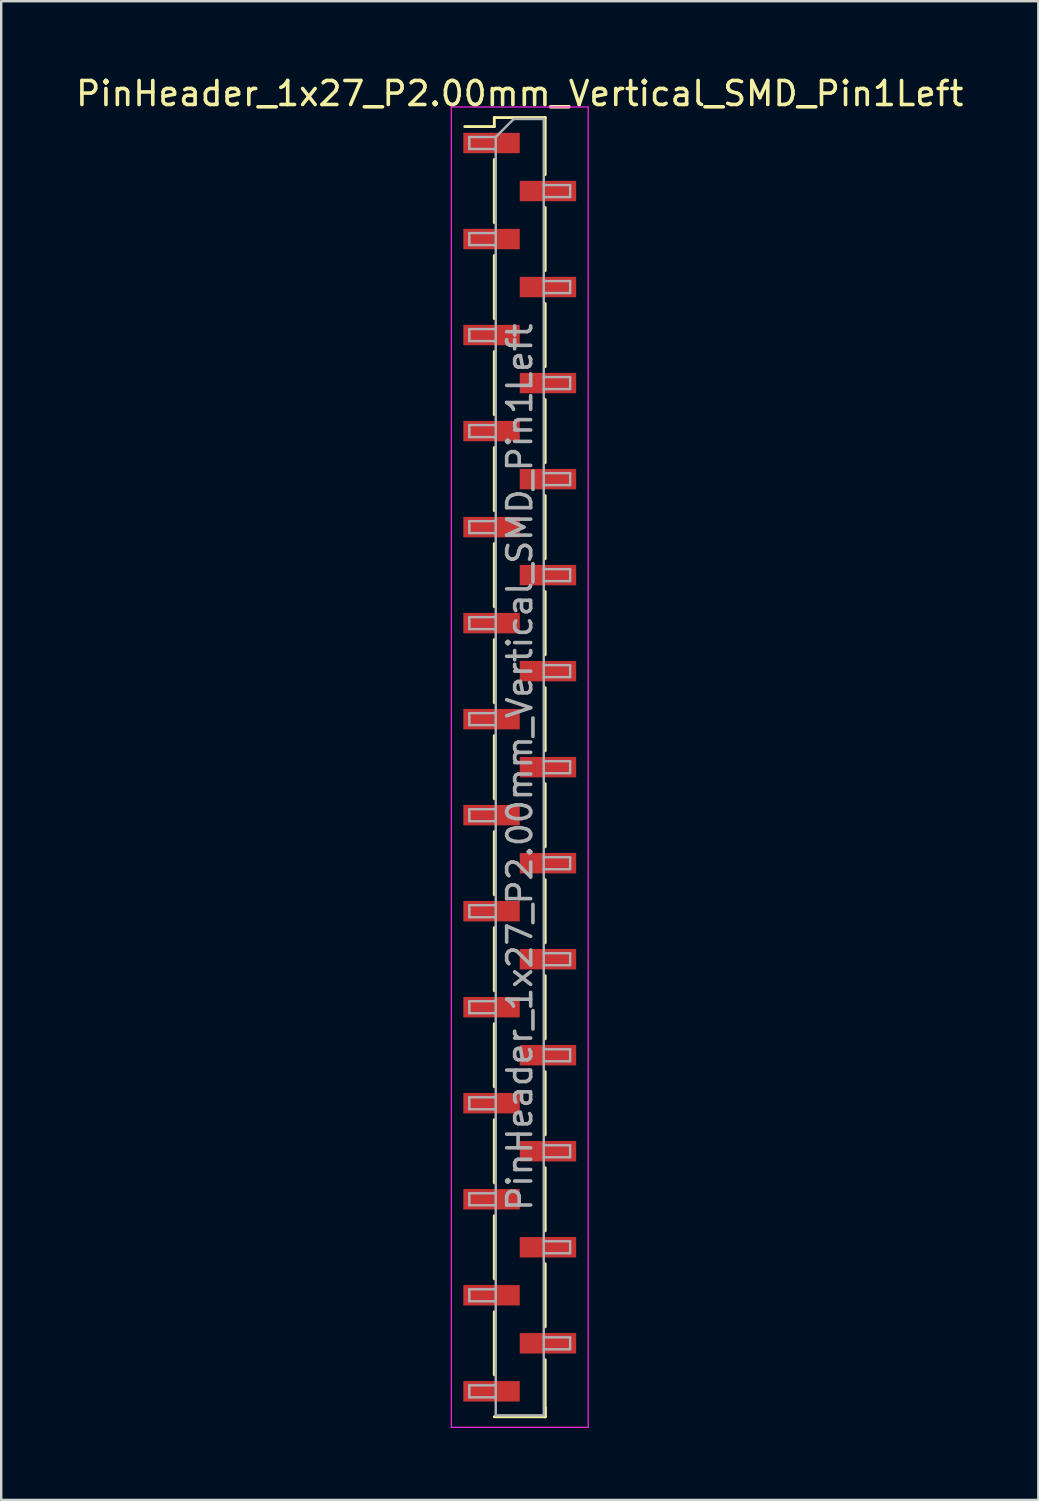
<source format=kicad_pcb>
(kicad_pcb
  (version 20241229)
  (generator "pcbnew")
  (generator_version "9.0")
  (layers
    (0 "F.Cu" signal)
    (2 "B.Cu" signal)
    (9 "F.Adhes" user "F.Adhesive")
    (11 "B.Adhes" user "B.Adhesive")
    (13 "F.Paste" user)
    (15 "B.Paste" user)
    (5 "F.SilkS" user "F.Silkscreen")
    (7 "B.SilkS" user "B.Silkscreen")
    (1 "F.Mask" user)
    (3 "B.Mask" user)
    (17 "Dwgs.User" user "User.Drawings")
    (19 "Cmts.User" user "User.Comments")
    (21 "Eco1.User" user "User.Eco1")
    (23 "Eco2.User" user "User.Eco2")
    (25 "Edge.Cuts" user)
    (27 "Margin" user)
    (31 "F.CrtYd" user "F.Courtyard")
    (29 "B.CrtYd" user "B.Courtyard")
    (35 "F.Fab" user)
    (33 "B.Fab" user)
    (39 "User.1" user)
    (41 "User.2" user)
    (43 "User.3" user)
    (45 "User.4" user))
  (footprint "PinHeader_1x27_P2.00mm_Vertical_SMD_Pin1Left"
    (layer "F.Cu")
    (at 18.601 28.908)
    (property "Reference" "PinHeader_1x27_P2.00mm_Vertical_SMD_Pin1Left" (at 0 -28.06 0) (layer "F.SilkS") (effects (font (size 1 1) (thickness 0.15))))
    (attr smd)
    (fp_line (start -1.06 -27.06) (end -1.06 -26.685) (stroke (width 0.12) (type solid)) (layer "F.SilkS"))
    (fp_line (start -1.06 -27.06) (end 1.06 -27.06) (stroke (width 0.12) (type solid)) (layer "F.SilkS"))
    (fp_line (start -1.06 -26.685) (end -2.29 -26.685) (stroke (width 0.12) (type solid)) (layer "F.SilkS"))
    (fp_line (start -1.06 -25.315) (end -1.06 -22.685) (stroke (width 0.12) (type solid)) (layer "F.SilkS"))
    (fp_line (start -1.06 -21.315) (end -1.06 -18.685) (stroke (width 0.12) (type solid)) (layer "F.SilkS"))
    (fp_line (start -1.06 -17.315) (end -1.06 -14.685) (stroke (width 0.12) (type solid)) (layer "F.SilkS"))
    (fp_line (start -1.06 -13.315) (end -1.06 -10.685) (stroke (width 0.12) (type solid)) (layer "F.SilkS"))
    (fp_line (start -1.06 -9.315) (end -1.06 -6.685) (stroke (width 0.12) (type solid)) (layer "F.SilkS"))
    (fp_line (start -1.06 -5.315) (end -1.06 -2.685) (stroke (width 0.12) (type solid)) (layer "F.SilkS"))
    (fp_line (start -1.06 -1.315) (end -1.06 1.315) (stroke (width 0.12) (type solid)) (layer "F.SilkS"))
    (fp_line (start -1.06 2.685) (end -1.06 5.315) (stroke (width 0.12) (type solid)) (layer "F.SilkS"))
    (fp_line (start -1.06 6.685) (end -1.06 9.315) (stroke (width 0.12) (type solid)) (layer "F.SilkS"))
    (fp_line (start -1.06 10.685) (end -1.06 13.315) (stroke (width 0.12) (type solid)) (layer "F.SilkS"))
    (fp_line (start -1.06 14.685) (end -1.06 17.315) (stroke (width 0.12) (type solid)) (layer "F.SilkS"))
    (fp_line (start -1.06 18.685) (end -1.06 21.315) (stroke (width 0.12) (type solid)) (layer "F.SilkS"))
    (fp_line (start -1.06 22.685) (end -1.06 25.315) (stroke (width 0.12) (type solid)) (layer "F.SilkS"))
    (fp_line (start -1.06 27.06) (end 1.06 27.06) (stroke (width 0.12) (type solid)) (layer "F.SilkS"))
    (fp_line (start 1.06 -27.06) (end 1.06 -24.685) (stroke (width 0.12) (type solid)) (layer "F.SilkS"))
    (fp_line (start 1.06 -23.315) (end 1.06 -20.685) (stroke (width 0.12) (type solid)) (layer "F.SilkS"))
    (fp_line (start 1.06 -19.315) (end 1.06 -16.685) (stroke (width 0.12) (type solid)) (layer "F.SilkS"))
    (fp_line (start 1.06 -15.315) (end 1.06 -12.685) (stroke (width 0.12) (type solid)) (layer "F.SilkS"))
    (fp_line (start 1.06 -11.315) (end 1.06 -8.685) (stroke (width 0.12) (type solid)) (layer "F.SilkS"))
    (fp_line (start 1.06 -7.315) (end 1.06 -4.685) (stroke (width 0.12) (type solid)) (layer "F.SilkS"))
    (fp_line (start 1.06 -3.315) (end 1.06 -0.685) (stroke (width 0.12) (type solid)) (layer "F.SilkS"))
    (fp_line (start 1.06 0.685) (end 1.06 3.315) (stroke (width 0.12) (type solid)) (layer "F.SilkS"))
    (fp_line (start 1.06 4.685) (end 1.06 7.315) (stroke (width 0.12) (type solid)) (layer "F.SilkS"))
    (fp_line (start 1.06 8.685) (end 1.06 11.315) (stroke (width 0.12) (type solid)) (layer "F.SilkS"))
    (fp_line (start 1.06 12.685) (end 1.06 15.315) (stroke (width 0.12) (type solid)) (layer "F.SilkS"))
    (fp_line (start 1.06 16.685) (end 1.06 19.315) (stroke (width 0.12) (type solid)) (layer "F.SilkS"))
    (fp_line (start 1.06 20.685) (end 1.06 23.315) (stroke (width 0.12) (type solid)) (layer "F.SilkS"))
    (fp_line (start 1.06 24.685) (end 1.06 27.06) (stroke (width 0.12) (type solid)) (layer "F.SilkS"))
    (fp_line (start 1.06 26.685) (end 1.06 27.06) (stroke (width 0.12) (type solid)) (layer "F.SilkS"))
    (fp_line (start -2.85 -27.5) (end -2.85 27.5) (stroke (width 0.05) (type solid)) (layer "F.CrtYd"))
    (fp_line (start -2.85 27.5) (end 2.85 27.5) (stroke (width 0.05) (type solid)) (layer "F.CrtYd"))
    (fp_line (start 2.85 -27.5) (end -2.85 -27.5) (stroke (width 0.05) (type solid)) (layer "F.CrtYd"))
    (fp_line (start 2.85 27.5) (end 2.85 -27.5) (stroke (width 0.05) (type solid)) (layer "F.CrtYd"))
    (fp_line (start -2.1 -26.25) (end -2.1 -25.75) (stroke (width 0.1) (type solid)) (layer "F.Fab"))
    (fp_line (start -2.1 -25.75) (end -1 -25.75) (stroke (width 0.1) (type solid)) (layer "F.Fab"))
    (fp_line (start -2.1 -22.25) (end -2.1 -21.75) (stroke (width 0.1) (type solid)) (layer "F.Fab"))
    (fp_line (start -2.1 -21.75) (end -1 -21.75) (stroke (width 0.1) (type solid)) (layer "F.Fab"))
    (fp_line (start -2.1 -18.25) (end -2.1 -17.75) (stroke (width 0.1) (type solid)) (layer "F.Fab"))
    (fp_line (start -2.1 -17.75) (end -1 -17.75) (stroke (width 0.1) (type solid)) (layer "F.Fab"))
    (fp_line (start -2.1 -14.25) (end -2.1 -13.75) (stroke (width 0.1) (type solid)) (layer "F.Fab"))
    (fp_line (start -2.1 -13.75) (end -1 -13.75) (stroke (width 0.1) (type solid)) (layer "F.Fab"))
    (fp_line (start -2.1 -10.25) (end -2.1 -9.75) (stroke (width 0.1) (type solid)) (layer "F.Fab"))
    (fp_line (start -2.1 -9.75) (end -1 -9.75) (stroke (width 0.1) (type solid)) (layer "F.Fab"))
    (fp_line (start -2.1 -6.25) (end -2.1 -5.75) (stroke (width 0.1) (type solid)) (layer "F.Fab"))
    (fp_line (start -2.1 -5.75) (end -1 -5.75) (stroke (width 0.1) (type solid)) (layer "F.Fab"))
    (fp_line (start -2.1 -2.25) (end -2.1 -1.75) (stroke (width 0.1) (type solid)) (layer "F.Fab"))
    (fp_line (start -2.1 -1.75) (end -1 -1.75) (stroke (width 0.1) (type solid)) (layer "F.Fab"))
    (fp_line (start -2.1 1.75) (end -2.1 2.25) (stroke (width 0.1) (type solid)) (layer "F.Fab"))
    (fp_line (start -2.1 2.25) (end -1 2.25) (stroke (width 0.1) (type solid)) (layer "F.Fab"))
    (fp_line (start -2.1 5.75) (end -2.1 6.25) (stroke (width 0.1) (type solid)) (layer "F.Fab"))
    (fp_line (start -2.1 6.25) (end -1 6.25) (stroke (width 0.1) (type solid)) (layer "F.Fab"))
    (fp_line (start -2.1 9.75) (end -2.1 10.25) (stroke (width 0.1) (type solid)) (layer "F.Fab"))
    (fp_line (start -2.1 10.25) (end -1 10.25) (stroke (width 0.1) (type solid)) (layer "F.Fab"))
    (fp_line (start -2.1 13.75) (end -2.1 14.25) (stroke (width 0.1) (type solid)) (layer "F.Fab"))
    (fp_line (start -2.1 14.25) (end -1 14.25) (stroke (width 0.1) (type solid)) (layer "F.Fab"))
    (fp_line (start -2.1 17.75) (end -2.1 18.25) (stroke (width 0.1) (type solid)) (layer "F.Fab"))
    (fp_line (start -2.1 18.25) (end -1 18.25) (stroke (width 0.1) (type solid)) (layer "F.Fab"))
    (fp_line (start -2.1 21.75) (end -2.1 22.25) (stroke (width 0.1) (type solid)) (layer "F.Fab"))
    (fp_line (start -2.1 22.25) (end -1 22.25) (stroke (width 0.1) (type solid)) (layer "F.Fab"))
    (fp_line (start -2.1 25.75) (end -2.1 26.25) (stroke (width 0.1) (type solid)) (layer "F.Fab"))
    (fp_line (start -2.1 26.25) (end -1 26.25) (stroke (width 0.1) (type solid)) (layer "F.Fab"))
    (fp_line (start -1 -26.25) (end -2.1 -26.25) (stroke (width 0.1) (type solid)) (layer "F.Fab"))
    (fp_line (start -1 -26.25) (end -0.25 -27) (stroke (width 0.1) (type solid)) (layer "F.Fab"))
    (fp_line (start -1 -22.25) (end -2.1 -22.25) (stroke (width 0.1) (type solid)) (layer "F.Fab"))
    (fp_line (start -1 -18.25) (end -2.1 -18.25) (stroke (width 0.1) (type solid)) (layer "F.Fab"))
    (fp_line (start -1 -14.25) (end -2.1 -14.25) (stroke (width 0.1) (type solid)) (layer "F.Fab"))
    (fp_line (start -1 -10.25) (end -2.1 -10.25) (stroke (width 0.1) (type solid)) (layer "F.Fab"))
    (fp_line (start -1 -6.25) (end -2.1 -6.25) (stroke (width 0.1) (type solid)) (layer "F.Fab"))
    (fp_line (start -1 -2.25) (end -2.1 -2.25) (stroke (width 0.1) (type solid)) (layer "F.Fab"))
    (fp_line (start -1 1.75) (end -2.1 1.75) (stroke (width 0.1) (type solid)) (layer "F.Fab"))
    (fp_line (start -1 5.75) (end -2.1 5.75) (stroke (width 0.1) (type solid)) (layer "F.Fab"))
    (fp_line (start -1 9.75) (end -2.1 9.75) (stroke (width 0.1) (type solid)) (layer "F.Fab"))
    (fp_line (start -1 13.75) (end -2.1 13.75) (stroke (width 0.1) (type solid)) (layer "F.Fab"))
    (fp_line (start -1 17.75) (end -2.1 17.75) (stroke (width 0.1) (type solid)) (layer "F.Fab"))
    (fp_line (start -1 21.75) (end -2.1 21.75) (stroke (width 0.1) (type solid)) (layer "F.Fab"))
    (fp_line (start -1 25.75) (end -2.1 25.75) (stroke (width 0.1) (type solid)) (layer "F.Fab"))
    (fp_line (start -1 27) (end -1 -26.25) (stroke (width 0.1) (type solid)) (layer "F.Fab"))
    (fp_line (start -0.25 -27) (end 1 -27) (stroke (width 0.1) (type solid)) (layer "F.Fab"))
    (fp_line (start 1 -27) (end 1 27) (stroke (width 0.1) (type solid)) (layer "F.Fab"))
    (fp_line (start 1 -24.25) (end 2.1 -24.25) (stroke (width 0.1) (type solid)) (layer "F.Fab"))
    (fp_line (start 1 -20.25) (end 2.1 -20.25) (stroke (width 0.1) (type solid)) (layer "F.Fab"))
    (fp_line (start 1 -16.25) (end 2.1 -16.25) (stroke (width 0.1) (type solid)) (layer "F.Fab"))
    (fp_line (start 1 -12.25) (end 2.1 -12.25) (stroke (width 0.1) (type solid)) (layer "F.Fab"))
    (fp_line (start 1 -8.25) (end 2.1 -8.25) (stroke (width 0.1) (type solid)) (layer "F.Fab"))
    (fp_line (start 1 -4.25) (end 2.1 -4.25) (stroke (width 0.1) (type solid)) (layer "F.Fab"))
    (fp_line (start 1 -0.25) (end 2.1 -0.25) (stroke (width 0.1) (type solid)) (layer "F.Fab"))
    (fp_line (start 1 3.75) (end 2.1 3.75) (stroke (width 0.1) (type solid)) (layer "F.Fab"))
    (fp_line (start 1 7.75) (end 2.1 7.75) (stroke (width 0.1) (type solid)) (layer "F.Fab"))
    (fp_line (start 1 11.75) (end 2.1 11.75) (stroke (width 0.1) (type solid)) (layer "F.Fab"))
    (fp_line (start 1 15.75) (end 2.1 15.75) (stroke (width 0.1) (type solid)) (layer "F.Fab"))
    (fp_line (start 1 19.75) (end 2.1 19.75) (stroke (width 0.1) (type solid)) (layer "F.Fab"))
    (fp_line (start 1 23.75) (end 2.1 23.75) (stroke (width 0.1) (type solid)) (layer "F.Fab"))
    (fp_line (start 1 27) (end -1 27) (stroke (width 0.1) (type solid)) (layer "F.Fab"))
    (fp_line (start 2.1 -24.25) (end 2.1 -23.75) (stroke (width 0.1) (type solid)) (layer "F.Fab"))
    (fp_line (start 2.1 -23.75) (end 1 -23.75) (stroke (width 0.1) (type solid)) (layer "F.Fab"))
    (fp_line (start 2.1 -20.25) (end 2.1 -19.75) (stroke (width 0.1) (type solid)) (layer "F.Fab"))
    (fp_line (start 2.1 -19.75) (end 1 -19.75) (stroke (width 0.1) (type solid)) (layer "F.Fab"))
    (fp_line (start 2.1 -16.25) (end 2.1 -15.75) (stroke (width 0.1) (type solid)) (layer "F.Fab"))
    (fp_line (start 2.1 -15.75) (end 1 -15.75) (stroke (width 0.1) (type solid)) (layer "F.Fab"))
    (fp_line (start 2.1 -12.25) (end 2.1 -11.75) (stroke (width 0.1) (type solid)) (layer "F.Fab"))
    (fp_line (start 2.1 -11.75) (end 1 -11.75) (stroke (width 0.1) (type solid)) (layer "F.Fab"))
    (fp_line (start 2.1 -8.25) (end 2.1 -7.75) (stroke (width 0.1) (type solid)) (layer "F.Fab"))
    (fp_line (start 2.1 -7.75) (end 1 -7.75) (stroke (width 0.1) (type solid)) (layer "F.Fab"))
    (fp_line (start 2.1 -4.25) (end 2.1 -3.75) (stroke (width 0.1) (type solid)) (layer "F.Fab"))
    (fp_line (start 2.1 -3.75) (end 1 -3.75) (stroke (width 0.1) (type solid)) (layer "F.Fab"))
    (fp_line (start 2.1 -0.25) (end 2.1 0.25) (stroke (width 0.1) (type solid)) (layer "F.Fab"))
    (fp_line (start 2.1 0.25) (end 1 0.25) (stroke (width 0.1) (type solid)) (layer "F.Fab"))
    (fp_line (start 2.1 3.75) (end 2.1 4.25) (stroke (width 0.1) (type solid)) (layer "F.Fab"))
    (fp_line (start 2.1 4.25) (end 1 4.25) (stroke (width 0.1) (type solid)) (layer "F.Fab"))
    (fp_line (start 2.1 7.75) (end 2.1 8.25) (stroke (width 0.1) (type solid)) (layer "F.Fab"))
    (fp_line (start 2.1 8.25) (end 1 8.25) (stroke (width 0.1) (type solid)) (layer "F.Fab"))
    (fp_line (start 2.1 11.75) (end 2.1 12.25) (stroke (width 0.1) (type solid)) (layer "F.Fab"))
    (fp_line (start 2.1 12.25) (end 1 12.25) (stroke (width 0.1) (type solid)) (layer "F.Fab"))
    (fp_line (start 2.1 15.75) (end 2.1 16.25) (stroke (width 0.1) (type solid)) (layer "F.Fab"))
    (fp_line (start 2.1 16.25) (end 1 16.25) (stroke (width 0.1) (type solid)) (layer "F.Fab"))
    (fp_line (start 2.1 19.75) (end 2.1 20.25) (stroke (width 0.1) (type solid)) (layer "F.Fab"))
    (fp_line (start 2.1 20.25) (end 1 20.25) (stroke (width 0.1) (type solid)) (layer "F.Fab"))
    (fp_line (start 2.1 23.75) (end 2.1 24.25) (stroke (width 0.1) (type solid)) (layer "F.Fab"))
    (fp_line (start 2.1 24.25) (end 1 24.25) (stroke (width 0.1) (type solid)) (layer "F.Fab"))
    (fp_text user "${REFERENCE}" (at 0 0 90) (layer "F.Fab") (effects (font (size 1 1) (thickness 0.15))))
    (pad "1" smd rect (at -1.175 -26) (size 2.35 0.85) (layers "F.Cu" "F.Mask" "F.Paste"))
    (pad "2" smd rect (at 1.175 -24) (size 2.35 0.85) (layers "F.Cu" "F.Mask" "F.Paste"))
    (pad "3" smd rect (at -1.175 -22) (size 2.35 0.85) (layers "F.Cu" "F.Mask" "F.Paste"))
    (pad "4" smd rect (at 1.175 -20) (size 2.35 0.85) (layers "F.Cu" "F.Mask" "F.Paste"))
    (pad "5" smd rect (at -1.175 -18) (size 2.35 0.85) (layers "F.Cu" "F.Mask" "F.Paste"))
    (pad "6" smd rect (at 1.175 -16) (size 2.35 0.85) (layers "F.Cu" "F.Mask" "F.Paste"))
    (pad "7" smd rect (at -1.175 -14) (size 2.35 0.85) (layers "F.Cu" "F.Mask" "F.Paste"))
    (pad "8" smd rect (at 1.175 -12) (size 2.35 0.85) (layers "F.Cu" "F.Mask" "F.Paste"))
    (pad "9" smd rect (at -1.175 -10) (size 2.35 0.85) (layers "F.Cu" "F.Mask" "F.Paste"))
    (pad "10" smd rect (at 1.175 -8) (size 2.35 0.85) (layers "F.Cu" "F.Mask" "F.Paste"))
    (pad "11" smd rect (at -1.175 -6) (size 2.35 0.85) (layers "F.Cu" "F.Mask" "F.Paste"))
    (pad "12" smd rect (at 1.175 -4) (size 2.35 0.85) (layers "F.Cu" "F.Mask" "F.Paste"))
    (pad "13" smd rect (at -1.175 -2) (size 2.35 0.85) (layers "F.Cu" "F.Mask" "F.Paste"))
    (pad "14" smd rect (at 1.175 0) (size 2.35 0.85) (layers "F.Cu" "F.Mask" "F.Paste"))
    (pad "15" smd rect (at -1.175 2) (size 2.35 0.85) (layers "F.Cu" "F.Mask" "F.Paste"))
    (pad "16" smd rect (at 1.175 4) (size 2.35 0.85) (layers "F.Cu" "F.Mask" "F.Paste"))
    (pad "17" smd rect (at -1.175 6) (size 2.35 0.85) (layers "F.Cu" "F.Mask" "F.Paste"))
    (pad "18" smd rect (at 1.175 8) (size 2.35 0.85) (layers "F.Cu" "F.Mask" "F.Paste"))
    (pad "19" smd rect (at -1.175 10) (size 2.35 0.85) (layers "F.Cu" "F.Mask" "F.Paste"))
    (pad "20" smd rect (at 1.175 12) (size 2.35 0.85) (layers "F.Cu" "F.Mask" "F.Paste"))
    (pad "21" smd rect (at -1.175 14) (size 2.35 0.85) (layers "F.Cu" "F.Mask" "F.Paste"))
    (pad "22" smd rect (at 1.175 16) (size 2.35 0.85) (layers "F.Cu" "F.Mask" "F.Paste"))
    (pad "23" smd rect (at -1.175 18) (size 2.35 0.85) (layers "F.Cu" "F.Mask" "F.Paste"))
    (pad "24" smd rect (at 1.175 20) (size 2.35 0.85) (layers "F.Cu" "F.Mask" "F.Paste"))
    (pad "25" smd rect (at -1.175 22) (size 2.35 0.85) (layers "F.Cu" "F.Mask" "F.Paste"))
    (pad "26" smd rect (at 1.175 24) (size 2.35 0.85) (layers "F.Cu" "F.Mask" "F.Paste"))
    (pad "27" smd rect (at -1.175 26) (size 2.35 0.85) (layers "F.Cu" "F.Mask" "F.Paste")))
  (gr_rect
    (start -3 -3)
    (end 40.202 59.433)
    (stroke (width 0.1) (type default))
    (fill no)
    (layer "Edge.Cuts")))
</source>
